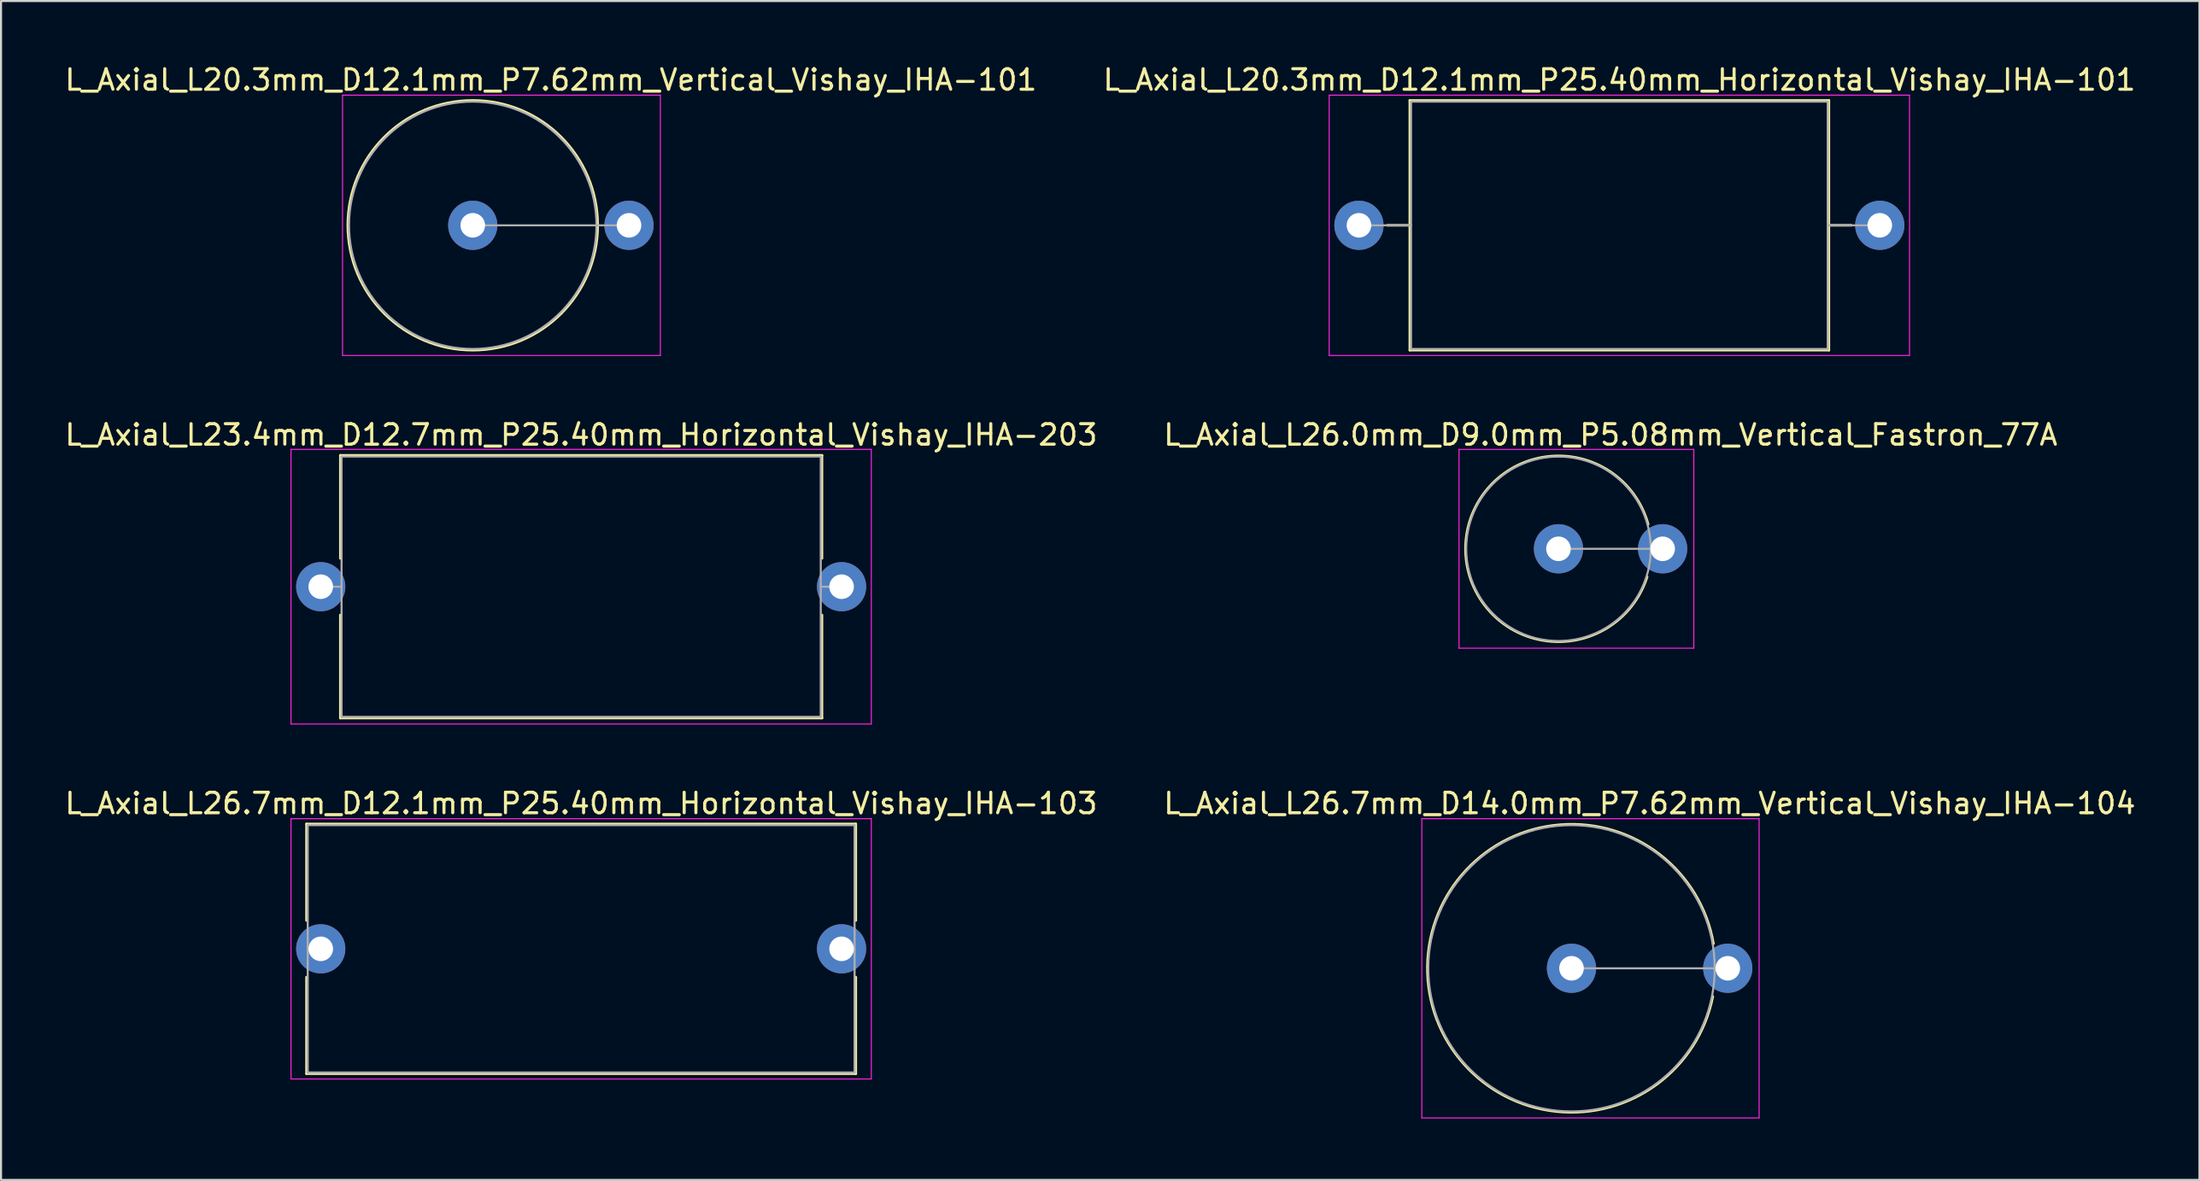
<source format=kicad_pcb>
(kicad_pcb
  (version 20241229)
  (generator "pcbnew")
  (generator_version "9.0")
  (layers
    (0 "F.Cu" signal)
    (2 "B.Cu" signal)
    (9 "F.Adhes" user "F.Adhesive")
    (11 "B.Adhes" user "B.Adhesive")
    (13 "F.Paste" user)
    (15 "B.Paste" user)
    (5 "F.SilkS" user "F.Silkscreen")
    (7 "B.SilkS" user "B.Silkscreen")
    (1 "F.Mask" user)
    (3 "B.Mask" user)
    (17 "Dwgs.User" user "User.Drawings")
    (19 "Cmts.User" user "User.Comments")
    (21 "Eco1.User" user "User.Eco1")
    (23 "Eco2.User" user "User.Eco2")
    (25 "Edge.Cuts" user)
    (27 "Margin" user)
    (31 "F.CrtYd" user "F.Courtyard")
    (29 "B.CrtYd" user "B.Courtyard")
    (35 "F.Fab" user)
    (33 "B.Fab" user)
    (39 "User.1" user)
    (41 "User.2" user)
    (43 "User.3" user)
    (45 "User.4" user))
  (footprint "L_Axial_L20.3mm_D12.1mm_P7.62mm_Vertical_Vishay_IHA-101"
    (layer "F.Cu")
    (at 20.005 7.943)
    (property "Reference" "L_Axial_L20.3mm_D12.1mm_P7.62mm_Vertical_Vishay_IHA-101" (at 3.81 -7.095 0) (layer "F.SilkS") (effects (font (size 1 1) (thickness 0.15))))
    (attr through_hole)
    (fp_line (start 6.095 0) (end 6.12 0) (stroke (width 0.12) (type solid)) (layer "F.SilkS"))
    (fp_circle (center 0 0) (end 6.095 0) (stroke (width 0.12) (type solid)) (fill no) (layer "F.SilkS"))
    (fp_line (start -6.35 -6.35) (end -6.35 6.35) (stroke (width 0.05) (type solid)) (layer "F.CrtYd"))
    (fp_line (start -6.35 6.35) (end 9.15 6.35) (stroke (width 0.05) (type solid)) (layer "F.CrtYd"))
    (fp_line (start 9.15 -6.35) (end -6.35 -6.35) (stroke (width 0.05) (type solid)) (layer "F.CrtYd"))
    (fp_line (start 9.15 6.35) (end 9.15 -6.35) (stroke (width 0.05) (type solid)) (layer "F.CrtYd"))
    (fp_line (start 0 0) (end 7.62 0) (stroke (width 0.1) (type solid)) (layer "F.Fab"))
    (fp_circle (center 0 0) (end 6.035 0) (stroke (width 0.1) (type solid)) (fill no) (layer "F.Fab"))
    (pad "1" thru_hole circle (at 0 0) (size 2.4 2.4) (drill 1.2) (layers "*.Cu" "*.Mask"))
    (pad "2" thru_hole oval (at 7.62 0) (size 2.4 2.4) (drill 1.2) (layers "*.Cu" "*.Mask")))
  (footprint "L_Axial_L20.3mm_D12.1mm_P25.40mm_Horizontal_Vishay_IHA-101"
    (layer "F.Cu")
    (at 63.223 7.943)
    (property "Reference" "L_Axial_L20.3mm_D12.1mm_P25.40mm_Horizontal_Vishay_IHA-101" (at 12.7 -7.095 0) (layer "F.SilkS") (effects (font (size 1 1) (thickness 0.15))))
    (attr through_hole)
    (fp_line (start 1.38 0) (end 2.48 0) (stroke (width 0.12) (type solid)) (layer "F.SilkS"))
    (fp_line (start 2.48 -6.095) (end 2.48 6.095) (stroke (width 0.12) (type solid)) (layer "F.SilkS"))
    (fp_line (start 2.48 6.095) (end 22.92 6.095) (stroke (width 0.12) (type solid)) (layer "F.SilkS"))
    (fp_line (start 22.92 -6.095) (end 2.48 -6.095) (stroke (width 0.12) (type solid)) (layer "F.SilkS"))
    (fp_line (start 22.92 6.095) (end 22.92 -6.095) (stroke (width 0.12) (type solid)) (layer "F.SilkS"))
    (fp_line (start 24.02 0) (end 22.92 0) (stroke (width 0.12) (type solid)) (layer "F.SilkS"))
    (fp_line (start -1.45 -6.35) (end -1.45 6.35) (stroke (width 0.05) (type solid)) (layer "F.CrtYd"))
    (fp_line (start -1.45 6.35) (end 26.85 6.35) (stroke (width 0.05) (type solid)) (layer "F.CrtYd"))
    (fp_line (start 26.85 -6.35) (end -1.45 -6.35) (stroke (width 0.05) (type solid)) (layer "F.CrtYd"))
    (fp_line (start 26.85 6.35) (end 26.85 -6.35) (stroke (width 0.05) (type solid)) (layer "F.CrtYd"))
    (fp_line (start 0 0) (end 2.54 0) (stroke (width 0.1) (type solid)) (layer "F.Fab"))
    (fp_line (start 2.54 -6.035) (end 2.54 6.035) (stroke (width 0.1) (type solid)) (layer "F.Fab"))
    (fp_line (start 2.54 6.035) (end 22.86 6.035) (stroke (width 0.1) (type solid)) (layer "F.Fab"))
    (fp_line (start 22.86 -6.035) (end 2.54 -6.035) (stroke (width 0.1) (type solid)) (layer "F.Fab"))
    (fp_line (start 22.86 6.035) (end 22.86 -6.035) (stroke (width 0.1) (type solid)) (layer "F.Fab"))
    (fp_line (start 25.4 0) (end 22.86 0) (stroke (width 0.1) (type solid)) (layer "F.Fab"))
    (pad "1" thru_hole circle (at 0 0) (size 2.4 2.4) (drill 1.2) (layers "*.Cu" "*.Mask"))
    (pad "2" thru_hole oval (at 25.4 0) (size 2.4 2.4) (drill 1.2) (layers "*.Cu" "*.Mask")))
  (footprint "L_Axial_L23.4mm_D12.7mm_P25.40mm_Horizontal_Vishay_IHA-203"
    (layer "F.Cu")
    (at 12.592 25.576)
    (property "Reference" "L_Axial_L23.4mm_D12.7mm_P25.40mm_Horizontal_Vishay_IHA-203" (at 12.7 -7.41 0) (layer "F.SilkS") (effects (font (size 1 1) (thickness 0.15))))
    (attr through_hole)
    (fp_line (start 0.955 -6.41) (end 24.445 -6.41) (stroke (width 0.12) (type solid)) (layer "F.SilkS"))
    (fp_line (start 0.955 -1.38) (end 0.955 -6.41) (stroke (width 0.12) (type solid)) (layer "F.SilkS"))
    (fp_line (start 0.955 1.38) (end 0.955 6.41) (stroke (width 0.12) (type solid)) (layer "F.SilkS"))
    (fp_line (start 0.955 6.41) (end 24.445 6.41) (stroke (width 0.12) (type solid)) (layer "F.SilkS"))
    (fp_line (start 24.445 -6.41) (end 24.445 -1.38) (stroke (width 0.12) (type solid)) (layer "F.SilkS"))
    (fp_line (start 24.445 6.41) (end 24.445 1.38) (stroke (width 0.12) (type solid)) (layer "F.SilkS"))
    (fp_line (start -1.45 -6.7) (end -1.45 6.7) (stroke (width 0.05) (type solid)) (layer "F.CrtYd"))
    (fp_line (start -1.45 6.7) (end 26.85 6.7) (stroke (width 0.05) (type solid)) (layer "F.CrtYd"))
    (fp_line (start 26.85 -6.7) (end -1.45 -6.7) (stroke (width 0.05) (type solid)) (layer "F.CrtYd"))
    (fp_line (start 26.85 6.7) (end 26.85 -6.7) (stroke (width 0.05) (type solid)) (layer "F.CrtYd"))
    (fp_line (start 0 0) (end 1.015 0) (stroke (width 0.1) (type solid)) (layer "F.Fab"))
    (fp_line (start 1.015 -6.35) (end 1.015 6.35) (stroke (width 0.1) (type solid)) (layer "F.Fab"))
    (fp_line (start 1.015 6.35) (end 24.385 6.35) (stroke (width 0.1) (type solid)) (layer "F.Fab"))
    (fp_line (start 24.385 -6.35) (end 1.015 -6.35) (stroke (width 0.1) (type solid)) (layer "F.Fab"))
    (fp_line (start 24.385 6.35) (end 24.385 -6.35) (stroke (width 0.1) (type solid)) (layer "F.Fab"))
    (fp_line (start 25.4 0) (end 24.385 0) (stroke (width 0.1) (type solid)) (layer "F.Fab"))
    (pad "1" thru_hole circle (at 0 0) (size 2.4 2.4) (drill 1.2) (layers "*.Cu" "*.Mask"))
    (pad "2" thru_hole oval (at 25.4 0) (size 2.4 2.4) (drill 1.2) (layers "*.Cu" "*.Mask")))
  (footprint "L_Axial_L26.7mm_D12.1mm_P25.40mm_Horizontal_Vishay_IHA-103"
    (layer "F.Cu")
    (at 12.592 43.245)
    (property "Reference" "L_Axial_L26.7mm_D12.1mm_P25.40mm_Horizontal_Vishay_IHA-103" (at 12.7 -7.095 0) (layer "F.SilkS") (effects (font (size 1 1) (thickness 0.15))))
    (attr through_hole)
    (fp_line (start -0.695 -6.095) (end 26.095 -6.095) (stroke (width 0.12) (type solid)) (layer "F.SilkS"))
    (fp_line (start -0.695 -1.38) (end -0.695 -6.095) (stroke (width 0.12) (type solid)) (layer "F.SilkS"))
    (fp_line (start -0.695 1.38) (end -0.695 6.095) (stroke (width 0.12) (type solid)) (layer "F.SilkS"))
    (fp_line (start -0.695 6.095) (end 26.095 6.095) (stroke (width 0.12) (type solid)) (layer "F.SilkS"))
    (fp_line (start 26.095 -6.095) (end 26.095 -1.38) (stroke (width 0.12) (type solid)) (layer "F.SilkS"))
    (fp_line (start 26.095 6.095) (end 26.095 1.38) (stroke (width 0.12) (type solid)) (layer "F.SilkS"))
    (fp_line (start -1.45 -6.35) (end -1.45 6.35) (stroke (width 0.05) (type solid)) (layer "F.CrtYd"))
    (fp_line (start -1.45 6.35) (end 26.85 6.35) (stroke (width 0.05) (type solid)) (layer "F.CrtYd"))
    (fp_line (start 26.85 -6.35) (end -1.45 -6.35) (stroke (width 0.05) (type solid)) (layer "F.CrtYd"))
    (fp_line (start 26.85 6.35) (end 26.85 -6.35) (stroke (width 0.05) (type solid)) (layer "F.CrtYd"))
    (fp_line (start -0.635 -6.035) (end -0.635 6.035) (stroke (width 0.1) (type solid)) (layer "F.Fab"))
    (fp_line (start -0.635 6.035) (end 26.035 6.035) (stroke (width 0.1) (type solid)) (layer "F.Fab"))
    (fp_line (start 0 0) (end -0.635 0) (stroke (width 0.1) (type solid)) (layer "F.Fab"))
    (fp_line (start 25.4 0) (end 26.035 0) (stroke (width 0.1) (type solid)) (layer "F.Fab"))
    (fp_line (start 26.035 -6.035) (end -0.635 -6.035) (stroke (width 0.1) (type solid)) (layer "F.Fab"))
    (fp_line (start 26.035 6.035) (end 26.035 -6.035) (stroke (width 0.1) (type solid)) (layer "F.Fab"))
    (pad "1" thru_hole circle (at 0 0) (size 2.4 2.4) (drill 1.2) (layers "*.Cu" "*.Mask"))
    (pad "2" thru_hole oval (at 25.4 0) (size 2.4 2.4) (drill 1.2) (layers "*.Cu" "*.Mask")))
  (footprint "L_Axial_L26.0mm_D9.0mm_P5.08mm_Vertical_Fastron_77A"
    (layer "F.Cu")
    (at 72.954 23.727)
    (property "Reference" "L_Axial_L26.0mm_D9.0mm_P5.08mm_Vertical_Fastron_77A" (at 2.54 -5.56 0) (layer "F.SilkS") (effects (font (size 1 1) (thickness 0.15))))
    (attr through_hole)
    (fp_arc (start 4.324078 1.368153) (mid -4.534513 -0.087665) (end 4.373728 -1.2) (stroke (width 0.12) (type solid)) (layer "F.SilkS"))
    (fp_line (start -4.85 -4.85) (end -4.85 4.85) (stroke (width 0.05) (type solid)) (layer "F.CrtYd"))
    (fp_line (start -4.85 4.85) (end 6.6 4.85) (stroke (width 0.05) (type solid)) (layer "F.CrtYd"))
    (fp_line (start 6.6 -4.85) (end -4.85 -4.85) (stroke (width 0.05) (type solid)) (layer "F.CrtYd"))
    (fp_line (start 6.6 4.85) (end 6.6 -4.85) (stroke (width 0.05) (type solid)) (layer "F.CrtYd"))
    (fp_line (start 0 0) (end 5.08 0) (stroke (width 0.1) (type solid)) (layer "F.Fab"))
    (fp_circle (center 0 0) (end 4.5 0) (stroke (width 0.1) (type solid)) (fill no) (layer "F.Fab"))
    (pad "1" thru_hole circle (at 0 0) (size 2.4 2.4) (drill 1.2) (layers "*.Cu" "*.Mask"))
    (pad "2" thru_hole oval (at 5.08 0) (size 2.4 2.4) (drill 1.2) (layers "*.Cu" "*.Mask")))
  (footprint "L_Axial_L26.7mm_D14.0mm_P7.62mm_Vertical_Vishay_IHA-104"
    (layer "F.Cu")
    (at 73.589 44.195)
    (property "Reference" "L_Axial_L26.7mm_D14.0mm_P7.62mm_Vertical_Vishay_IHA-104" (at 3.81 -8.045 0) (layer "F.SilkS") (effects (font (size 1 1) (thickness 0.15))))
    (attr through_hole)
    (fp_arc (start 6.893528 1.373753) (mid -7.028522 -0.08837) (end 6.925888 -1.2) (stroke (width 0.12) (type solid)) (layer "F.SilkS"))
    (fp_line (start -7.3 -7.3) (end -7.3 7.3) (stroke (width 0.05) (type solid)) (layer "F.CrtYd"))
    (fp_line (start -7.3 7.3) (end 9.15 7.3) (stroke (width 0.05) (type solid)) (layer "F.CrtYd"))
    (fp_line (start 9.15 -7.3) (end -7.3 -7.3) (stroke (width 0.05) (type solid)) (layer "F.CrtYd"))
    (fp_line (start 9.15 7.3) (end 9.15 -7.3) (stroke (width 0.05) (type solid)) (layer "F.CrtYd"))
    (fp_line (start 0 0) (end 7.62 0) (stroke (width 0.1) (type solid)) (layer "F.Fab"))
    (fp_circle (center 0 0) (end 6.985 0) (stroke (width 0.1) (type solid)) (fill no) (layer "F.Fab"))
    (pad "1" thru_hole circle (at 0 0) (size 2.4 2.4) (drill 1.2) (layers "*.Cu" "*.Mask"))
    (pad "2" thru_hole oval (at 7.62 0) (size 2.4 2.4) (drill 1.2) (layers "*.Cu" "*.Mask")))
  (gr_rect
    (start -3 -3)
    (end 104.214 54.52)
    (stroke (width 0.1) (type default))
    (fill no)
    (layer "Edge.Cuts")))
</source>
